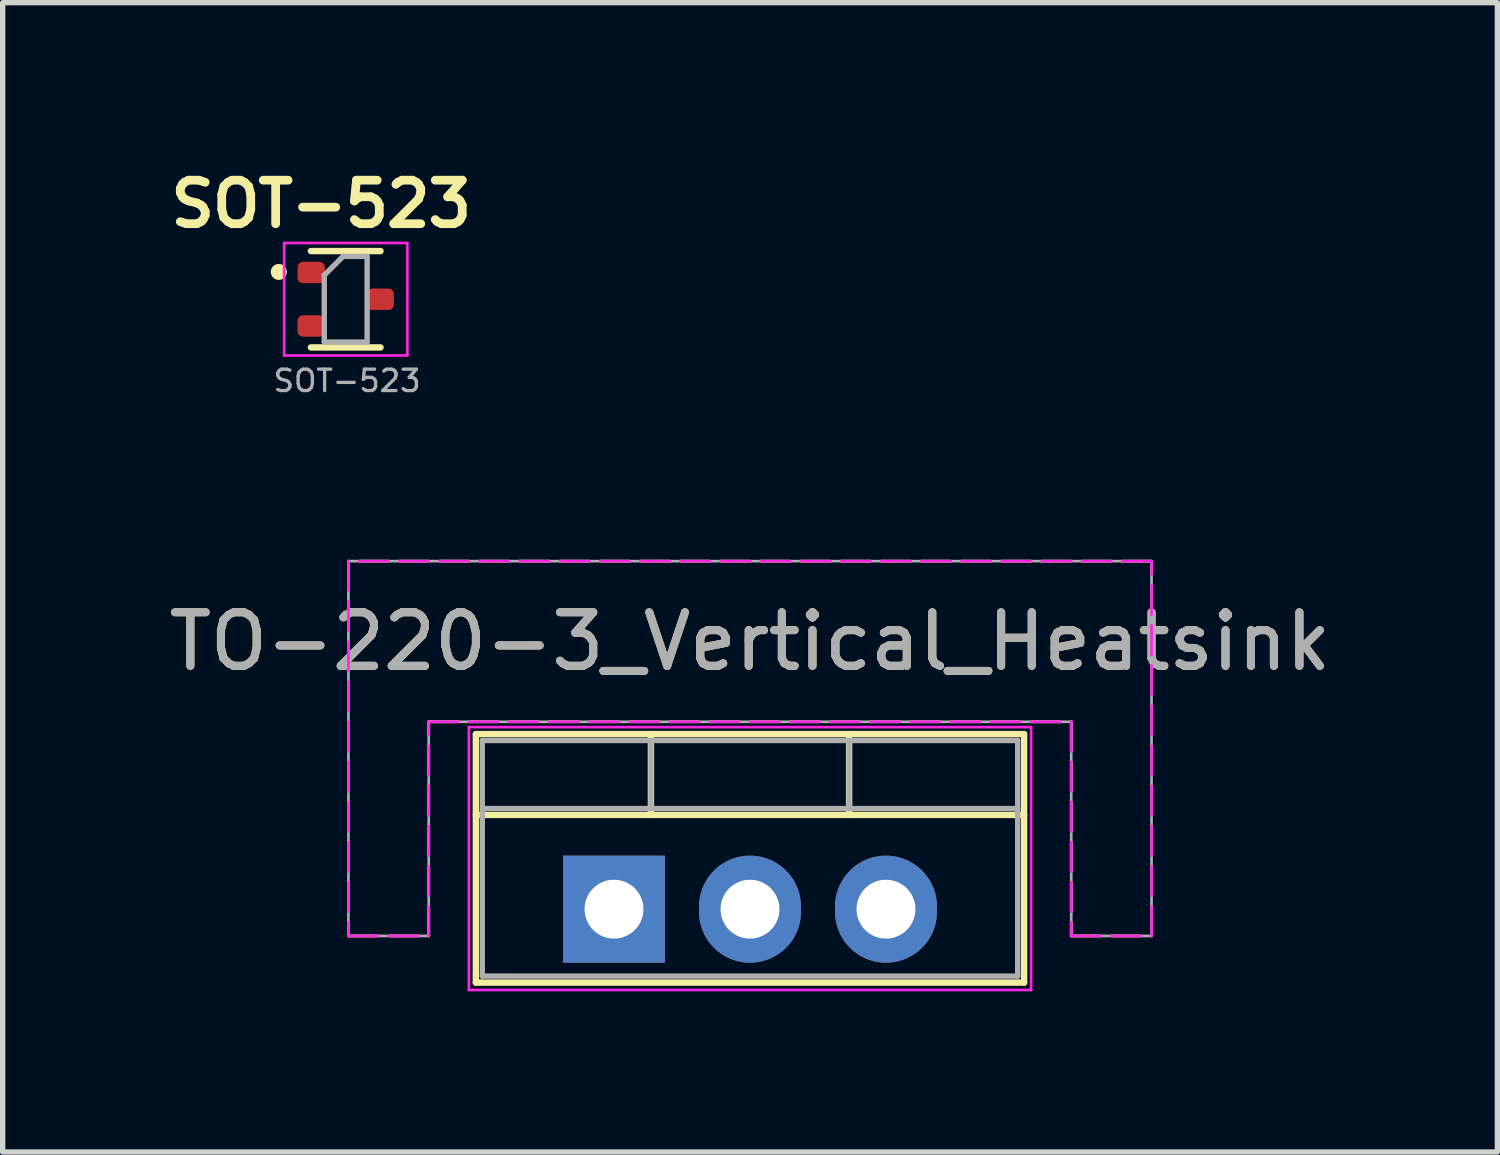
<source format=kicad_pcb>
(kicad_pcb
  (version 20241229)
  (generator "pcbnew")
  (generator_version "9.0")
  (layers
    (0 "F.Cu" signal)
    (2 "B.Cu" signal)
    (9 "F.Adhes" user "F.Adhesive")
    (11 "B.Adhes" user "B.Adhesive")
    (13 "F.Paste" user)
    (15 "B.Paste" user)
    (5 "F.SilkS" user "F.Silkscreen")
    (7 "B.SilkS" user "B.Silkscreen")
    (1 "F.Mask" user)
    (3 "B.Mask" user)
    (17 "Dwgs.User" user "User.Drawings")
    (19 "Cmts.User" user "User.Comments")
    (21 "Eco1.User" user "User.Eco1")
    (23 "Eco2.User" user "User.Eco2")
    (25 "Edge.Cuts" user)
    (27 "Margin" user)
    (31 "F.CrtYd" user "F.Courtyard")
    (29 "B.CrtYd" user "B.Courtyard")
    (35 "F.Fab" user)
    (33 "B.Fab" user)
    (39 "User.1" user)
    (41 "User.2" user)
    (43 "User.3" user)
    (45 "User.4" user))
  (footprint "TO-220-3_Vertical_Heatsink"
    (layer "F.Cu")
    (at 10.958 13.931)
    (property "Reference" "TO-220-3_Vertical_Heatsink" (at 0 -5 0) (layer "F.SilkS") (effects (font (size 1 1) (thickness 0.15))))
    (attr through_hole)
    (fp_line (start -5.12 -3.27) (end -5.12 1.371) (stroke (width 0.12) (type solid)) (layer "F.SilkS"))
    (fp_line (start -5.12 -3.27) (end 5.12 -3.27) (stroke (width 0.12) (type solid)) (layer "F.SilkS"))
    (fp_line (start -5.12 -1.76) (end 5.12 -1.76) (stroke (width 0.12) (type solid)) (layer "F.SilkS"))
    (fp_line (start -5.12 1.371) (end 5.12 1.371) (stroke (width 0.12) (type solid)) (layer "F.SilkS"))
    (fp_line (start -1.85 -3.27) (end -1.85 -1.76) (stroke (width 0.12) (type solid)) (layer "F.SilkS"))
    (fp_line (start 1.851 -3.27) (end 1.851 -1.76) (stroke (width 0.12) (type solid)) (layer "F.SilkS"))
    (fp_line (start 5.12 -3.27) (end 5.12 1.371) (stroke (width 0.12) (type solid)) (layer "F.SilkS"))
    (fp_poly (pts (xy 7.5 -6.5) (xy -7.5 -6.5) (xy -7.5 0.5) (xy -6 0.5) (xy -6 -3.5) (xy 6 -3.5) (xy 6 0.5) (xy 7.5 0.5)) (stroke (width 0.05) (type dash)) (fill no) (layer "F.SilkS"))
    (fp_line (start -5.25 -3.4) (end -5.25 1.51) (stroke (width 0.05) (type solid)) (layer "F.CrtYd"))
    (fp_line (start -5.25 1.51) (end 5.25 1.51) (stroke (width 0.05) (type solid)) (layer "F.CrtYd"))
    (fp_line (start 5.25 -3.4) (end -5.25 -3.4) (stroke (width 0.05) (type solid)) (layer "F.CrtYd"))
    (fp_line (start 5.25 1.51) (end 5.25 -3.4) (stroke (width 0.05) (type solid)) (layer "F.CrtYd"))
    (fp_poly (pts (xy 7.5 -6.5) (xy -7.5 -6.5) (xy -7.5 0.5) (xy -6 0.5) (xy -6 -3.5) (xy 6 -3.5) (xy 6 0.5) (xy 7.5 0.5)) (stroke (width 0.05) (type dash)) (fill no) (layer "F.CrtYd"))
    (fp_line (start -5 -3.15) (end -5 1.25) (stroke (width 0.1) (type solid)) (layer "F.Fab"))
    (fp_line (start -5 -1.88) (end 5 -1.88) (stroke (width 0.1) (type solid)) (layer "F.Fab"))
    (fp_line (start -5 1.25) (end 5 1.25) (stroke (width 0.1) (type solid)) (layer "F.Fab"))
    (fp_line (start -1.85 -3.15) (end -1.85 -1.88) (stroke (width 0.1) (type solid)) (layer "F.Fab"))
    (fp_line (start 1.85 -3.15) (end 1.85 -1.88) (stroke (width 0.1) (type solid)) (layer "F.Fab"))
    (fp_line (start 5 -3.15) (end -5 -3.15) (stroke (width 0.1) (type solid)) (layer "F.Fab"))
    (fp_line (start 5 1.25) (end 5 -3.15) (stroke (width 0.1) (type solid)) (layer "F.Fab"))
    (fp_poly (pts (xy 7.5 -6.5) (xy -7.5 -6.5) (xy -7.5 0.5) (xy -6 0.5) (xy -6 -3.5) (xy 6 -3.5) (xy 6 0.5) (xy 7.5 0.5)) (stroke (width 0.05) (type solid)) (fill no) (layer "F.Fab"))
    (fp_text user "${REFERENCE}" (at 0 -5 0) (layer "F.Fab") (effects (font (size 1 1) (thickness 0.15))))
    (pad "1" thru_hole rect (at -2.54 0) (size 1.905 2) (drill 1.1) (layers "*.Cu" "*.Mask"))
    (pad "2" thru_hole oval (at 0 0) (size 1.905 2) (drill 1.1) (layers "*.Cu" "*.Mask"))
    (pad "3" thru_hole oval (at 2.54 0) (size 1.905 2) (drill 1.1) (layers "*.Cu" "*.Mask")))
  (footprint "SOT-523"
    (layer "F.Cu")
    (at 3.407 2.539)
    (property "Reference" "SOT-523" (at -0.457 -1.778 0) (layer "F.SilkS") (effects (font (size 0.813 0.813) (thickness 0.163))))
    (attr smd)
    (fp_line (start 0.65 -0.9) (end -0.65 -0.9) (stroke (width 0.12) (type solid)) (layer "F.SilkS"))
    (fp_line (start 0.65 0.9) (end -0.65 0.9) (stroke (width 0.12) (type solid)) (layer "F.SilkS"))
    (fp_circle (center -1.25 -0.51) (end -1.1 -0.51) (stroke (width 0) (type solid)) (fill yes) (layer "F.SilkS"))
    (fp_line (start -1.15 -1.05) (end -1.15 1.05) (stroke (width 0.05) (type solid)) (layer "F.CrtYd"))
    (fp_line (start -1.15 -1.05) (end 1.15 -1.05) (stroke (width 0.05) (type solid)) (layer "F.CrtYd"))
    (fp_line (start 1.15 1.05) (end -1.15 1.05) (stroke (width 0.05) (type solid)) (layer "F.CrtYd"))
    (fp_line (start 1.15 1.05) (end 1.15 -1.05) (stroke (width 0.05) (type solid)) (layer "F.CrtYd"))
    (fp_line (start -0.4 -0.45) (end -0.4 0.8) (stroke (width 0.1) (type solid)) (layer "F.Fab"))
    (fp_line (start -0.4 -0.45) (end -0.05 -0.8) (stroke (width 0.1) (type solid)) (layer "F.Fab"))
    (fp_line (start -0.4 0.8) (end 0.4 0.8) (stroke (width 0.1) (type solid)) (layer "F.Fab"))
    (fp_line (start 0.4 -0.8) (end -0.05 -0.8) (stroke (width 0.1) (type solid)) (layer "F.Fab"))
    (fp_line (start 0.4 0.8) (end 0.4 -0.8) (stroke (width 0.1) (type solid)) (layer "F.Fab"))
    (fp_text user "${REFERENCE}" (at 0.025 1.524 0) (layer "F.Fab") (effects (font (size 0.4 0.4) (thickness 0.062))))
    (pad "1" smd roundrect (at -0.645 -0.5 180) (size 0.51 0.4) (layers "F.Cu" "F.Mask" "F.Paste") (roundrect_rratio 0.25))
    (pad "2" smd roundrect (at -0.645 0.5 180) (size 0.51 0.4) (layers "F.Cu" "F.Mask" "F.Paste") (roundrect_rratio 0.25))
    (pad "3" smd roundrect (at 0.645 0 180) (size 0.51 0.4) (layers "F.Cu" "F.Mask" "F.Paste") (roundrect_rratio 0.25)))
  (gr_rect
    (start -3 -3)
    (end 24.917 18.466)
    (stroke (width 0.1) (type default))
    (fill no)
    (layer "Edge.Cuts")))
</source>
